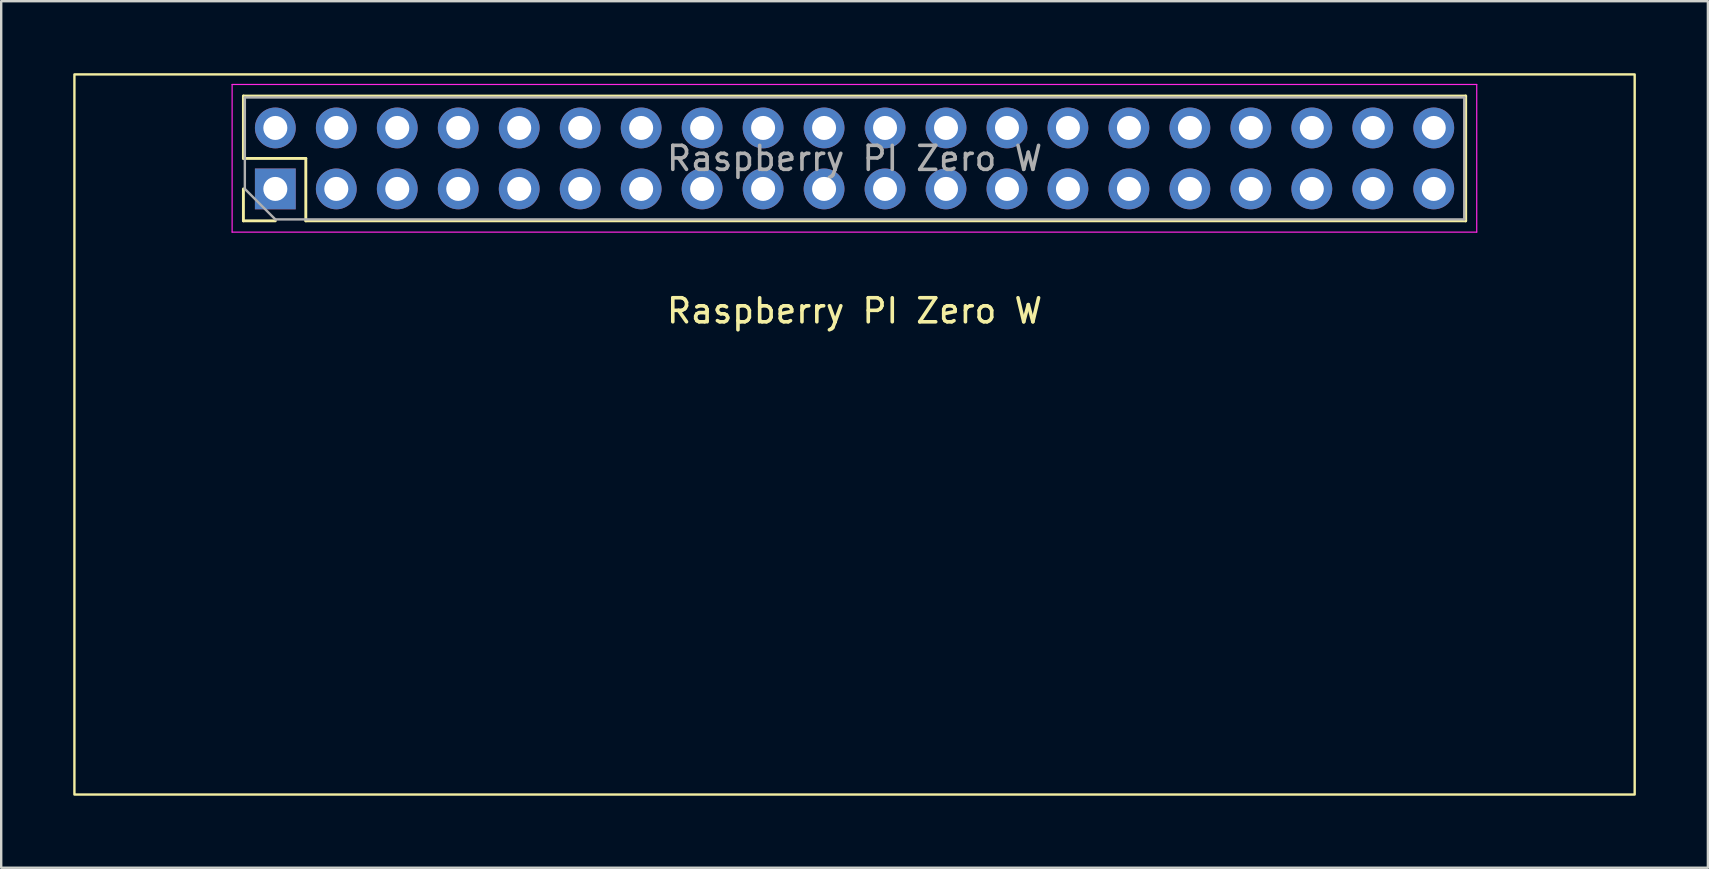
<source format=kicad_pcb>
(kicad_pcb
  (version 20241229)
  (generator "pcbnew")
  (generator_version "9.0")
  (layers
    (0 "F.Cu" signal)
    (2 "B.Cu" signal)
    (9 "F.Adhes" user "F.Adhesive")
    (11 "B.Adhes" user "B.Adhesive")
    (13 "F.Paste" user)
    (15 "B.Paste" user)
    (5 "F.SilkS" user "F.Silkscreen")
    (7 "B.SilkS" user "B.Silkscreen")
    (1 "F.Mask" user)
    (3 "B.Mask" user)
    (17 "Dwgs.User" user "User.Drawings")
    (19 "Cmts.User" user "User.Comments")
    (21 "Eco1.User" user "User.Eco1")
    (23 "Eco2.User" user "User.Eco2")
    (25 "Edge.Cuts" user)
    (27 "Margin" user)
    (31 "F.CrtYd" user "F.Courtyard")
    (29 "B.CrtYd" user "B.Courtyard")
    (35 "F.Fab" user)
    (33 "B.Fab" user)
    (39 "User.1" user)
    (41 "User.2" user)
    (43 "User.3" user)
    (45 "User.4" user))
  (footprint "Raspberry PI Zero W"
    (layer "F.Cu")
    (at 32.55 3.55)
    (property "Reference" "Raspberry PI Zero W" (at 0 6.35 0) (layer "F.SilkS") (effects (font (size 1 1) (thickness 0.15))))
    (attr through_hole)
    (fp_line (start -25.46 -2.6) (end 25.46 -2.6) (stroke (width 0.12) (type solid)) (layer "F.SilkS"))
    (fp_line (start -25.46 0) (end -25.46 -2.6) (stroke (width 0.12) (type solid)) (layer "F.SilkS"))
    (fp_line (start -25.46 2.6) (end -25.46 1.27) (stroke (width 0.12) (type solid)) (layer "F.SilkS"))
    (fp_line (start -24.13 2.6) (end -25.46 2.6) (stroke (width 0.12) (type solid)) (layer "F.SilkS"))
    (fp_line (start -22.86 0) (end -25.46 0) (stroke (width 0.12) (type solid)) (layer "F.SilkS"))
    (fp_line (start -22.86 2.6) (end -22.86 0) (stroke (width 0.12) (type solid)) (layer "F.SilkS"))
    (fp_line (start -22.86 2.6) (end 25.46 2.6) (stroke (width 0.12) (type solid)) (layer "F.SilkS"))
    (fp_line (start 25.46 2.6) (end 25.46 -2.6) (stroke (width 0.12) (type solid)) (layer "F.SilkS"))
    (fp_rect (start -32.5 -3.5) (end 32.5 26.5) (stroke (width 0.1) (type default)) (fill no) (layer "F.SilkS"))
    (fp_line (start -25.93 -3.08) (end -25.93 3.07) (stroke (width 0.05) (type solid)) (layer "F.CrtYd"))
    (fp_line (start -25.93 3.07) (end 25.92 3.07) (stroke (width 0.05) (type solid)) (layer "F.CrtYd"))
    (fp_line (start 25.92 -3.08) (end -25.93 -3.08) (stroke (width 0.05) (type solid)) (layer "F.CrtYd"))
    (fp_line (start 25.92 3.07) (end 25.92 -3.08) (stroke (width 0.05) (type solid)) (layer "F.CrtYd"))
    (fp_line (start -25.4 -2.54) (end 25.4 -2.54) (stroke (width 0.1) (type solid)) (layer "F.Fab"))
    (fp_line (start -25.4 1.27) (end -25.4 -2.54) (stroke (width 0.1) (type solid)) (layer "F.Fab"))
    (fp_line (start -24.13 2.54) (end -25.4 1.27) (stroke (width 0.1) (type solid)) (layer "F.Fab"))
    (fp_line (start 25.4 -2.54) (end 25.4 2.54) (stroke (width 0.1) (type solid)) (layer "F.Fab"))
    (fp_line (start 25.4 2.54) (end -24.13 2.54) (stroke (width 0.1) (type solid)) (layer "F.Fab"))
    (fp_circle (center -29 0) (end -27.75 0) (stroke (width 0.1) (type default)) (fill no) (layer "User.1"))
    (fp_circle (center -29 23) (end -27.75 23) (stroke (width 0.1) (type default)) (fill no) (layer "User.1"))
    (fp_circle (center 29 0) (end 30.25 0) (stroke (width 0.1) (type default)) (fill no) (layer "User.1"))
    (fp_circle (center 29 23) (end 30.25 23) (stroke (width 0.1) (type default)) (fill no) (layer "User.1"))
    (fp_text user "${REFERENCE}" (at 0 0 180) (layer "F.Fab") (effects (font (size 1 1) (thickness 0.15))))
    (pad "1" thru_hole rect (at -24.13 1.27 90) (size 1.7 1.7) (drill 1) (layers "*.Cu" "*.Mask"))
    (pad "2" thru_hole oval (at -24.13 -1.27 90) (size 1.7 1.7) (drill 1) (layers "*.Cu" "*.Mask"))
    (pad "3" thru_hole oval (at -21.59 1.27 90) (size 1.7 1.7) (drill 1) (layers "*.Cu" "*.Mask"))
    (pad "4" thru_hole oval (at -21.59 -1.27 90) (size 1.7 1.7) (drill 1) (layers "*.Cu" "*.Mask"))
    (pad "5" thru_hole oval (at -19.05 1.27 90) (size 1.7 1.7) (drill 1) (layers "*.Cu" "*.Mask"))
    (pad "6" thru_hole oval (at -19.05 -1.27 90) (size 1.7 1.7) (drill 1) (layers "*.Cu" "*.Mask"))
    (pad "7" thru_hole oval (at -16.51 1.27 90) (size 1.7 1.7) (drill 1) (layers "*.Cu" "*.Mask"))
    (pad "8" thru_hole oval (at -16.51 -1.27 90) (size 1.7 1.7) (drill 1) (layers "*.Cu" "*.Mask"))
    (pad "9" thru_hole oval (at -13.97 1.27 90) (size 1.7 1.7) (drill 1) (layers "*.Cu" "*.Mask"))
    (pad "10" thru_hole oval (at -13.97 -1.27 90) (size 1.7 1.7) (drill 1) (layers "*.Cu" "*.Mask"))
    (pad "11" thru_hole oval (at -11.43 1.27 90) (size 1.7 1.7) (drill 1) (layers "*.Cu" "*.Mask"))
    (pad "12" thru_hole oval (at -11.43 -1.27 90) (size 1.7 1.7) (drill 1) (layers "*.Cu" "*.Mask"))
    (pad "13" thru_hole oval (at -8.89 1.27 90) (size 1.7 1.7) (drill 1) (layers "*.Cu" "*.Mask"))
    (pad "14" thru_hole oval (at -8.89 -1.27 90) (size 1.7 1.7) (drill 1) (layers "*.Cu" "*.Mask"))
    (pad "15" thru_hole oval (at -6.35 1.27 90) (size 1.7 1.7) (drill 1) (layers "*.Cu" "*.Mask"))
    (pad "16" thru_hole oval (at -6.35 -1.27 90) (size 1.7 1.7) (drill 1) (layers "*.Cu" "*.Mask"))
    (pad "17" thru_hole oval (at -3.81 1.27 90) (size 1.7 1.7) (drill 1) (layers "*.Cu" "*.Mask"))
    (pad "18" thru_hole oval (at -3.81 -1.27 90) (size 1.7 1.7) (drill 1) (layers "*.Cu" "*.Mask"))
    (pad "19" thru_hole oval (at -1.27 1.27 90) (size 1.7 1.7) (drill 1) (layers "*.Cu" "*.Mask"))
    (pad "20" thru_hole oval (at -1.27 -1.27 90) (size 1.7 1.7) (drill 1) (layers "*.Cu" "*.Mask"))
    (pad "21" thru_hole oval (at 1.27 1.27 90) (size 1.7 1.7) (drill 1) (layers "*.Cu" "*.Mask"))
    (pad "22" thru_hole oval (at 1.27 -1.27 90) (size 1.7 1.7) (drill 1) (layers "*.Cu" "*.Mask"))
    (pad "23" thru_hole oval (at 3.81 1.27 90) (size 1.7 1.7) (drill 1) (layers "*.Cu" "*.Mask"))
    (pad "24" thru_hole oval (at 3.81 -1.27 90) (size 1.7 1.7) (drill 1) (layers "*.Cu" "*.Mask"))
    (pad "25" thru_hole oval (at 6.35 1.27 90) (size 1.7 1.7) (drill 1) (layers "*.Cu" "*.Mask"))
    (pad "26" thru_hole oval (at 6.35 -1.27 90) (size 1.7 1.7) (drill 1) (layers "*.Cu" "*.Mask"))
    (pad "27" thru_hole oval (at 8.89 1.27 90) (size 1.7 1.7) (drill 1) (layers "*.Cu" "*.Mask"))
    (pad "28" thru_hole oval (at 8.89 -1.27 90) (size 1.7 1.7) (drill 1) (layers "*.Cu" "*.Mask"))
    (pad "29" thru_hole oval (at 11.43 1.27 90) (size 1.7 1.7) (drill 1) (layers "*.Cu" "*.Mask"))
    (pad "30" thru_hole oval (at 11.43 -1.27 90) (size 1.7 1.7) (drill 1) (layers "*.Cu" "*.Mask"))
    (pad "31" thru_hole oval (at 13.97 1.27 90) (size 1.7 1.7) (drill 1) (layers "*.Cu" "*.Mask"))
    (pad "32" thru_hole oval (at 13.97 -1.27 90) (size 1.7 1.7) (drill 1) (layers "*.Cu" "*.Mask"))
    (pad "33" thru_hole oval (at 16.51 1.27 90) (size 1.7 1.7) (drill 1) (layers "*.Cu" "*.Mask"))
    (pad "34" thru_hole oval (at 16.51 -1.27 90) (size 1.7 1.7) (drill 1) (layers "*.Cu" "*.Mask"))
    (pad "35" thru_hole oval (at 19.05 1.27 90) (size 1.7 1.7) (drill 1) (layers "*.Cu" "*.Mask"))
    (pad "36" thru_hole oval (at 19.05 -1.27 90) (size 1.7 1.7) (drill 1) (layers "*.Cu" "*.Mask"))
    (pad "37" thru_hole oval (at 21.59 1.27 90) (size 1.7 1.7) (drill 1) (layers "*.Cu" "*.Mask"))
    (pad "38" thru_hole oval (at 21.59 -1.27 90) (size 1.7 1.7) (drill 1) (layers "*.Cu" "*.Mask"))
    (pad "39" thru_hole oval (at 24.13 1.27 90) (size 1.7 1.7) (drill 1) (layers "*.Cu" "*.Mask"))
    (pad "40" thru_hole oval (at 24.13 -1.27 90) (size 1.7 1.7) (drill 1) (layers "*.Cu" "*.Mask")))
  (gr_rect
    (start -3 -3)
    (end 68.1 33.1)
    (stroke (width 0.1) (type default))
    (fill no)
    (layer "Edge.Cuts")))
</source>
